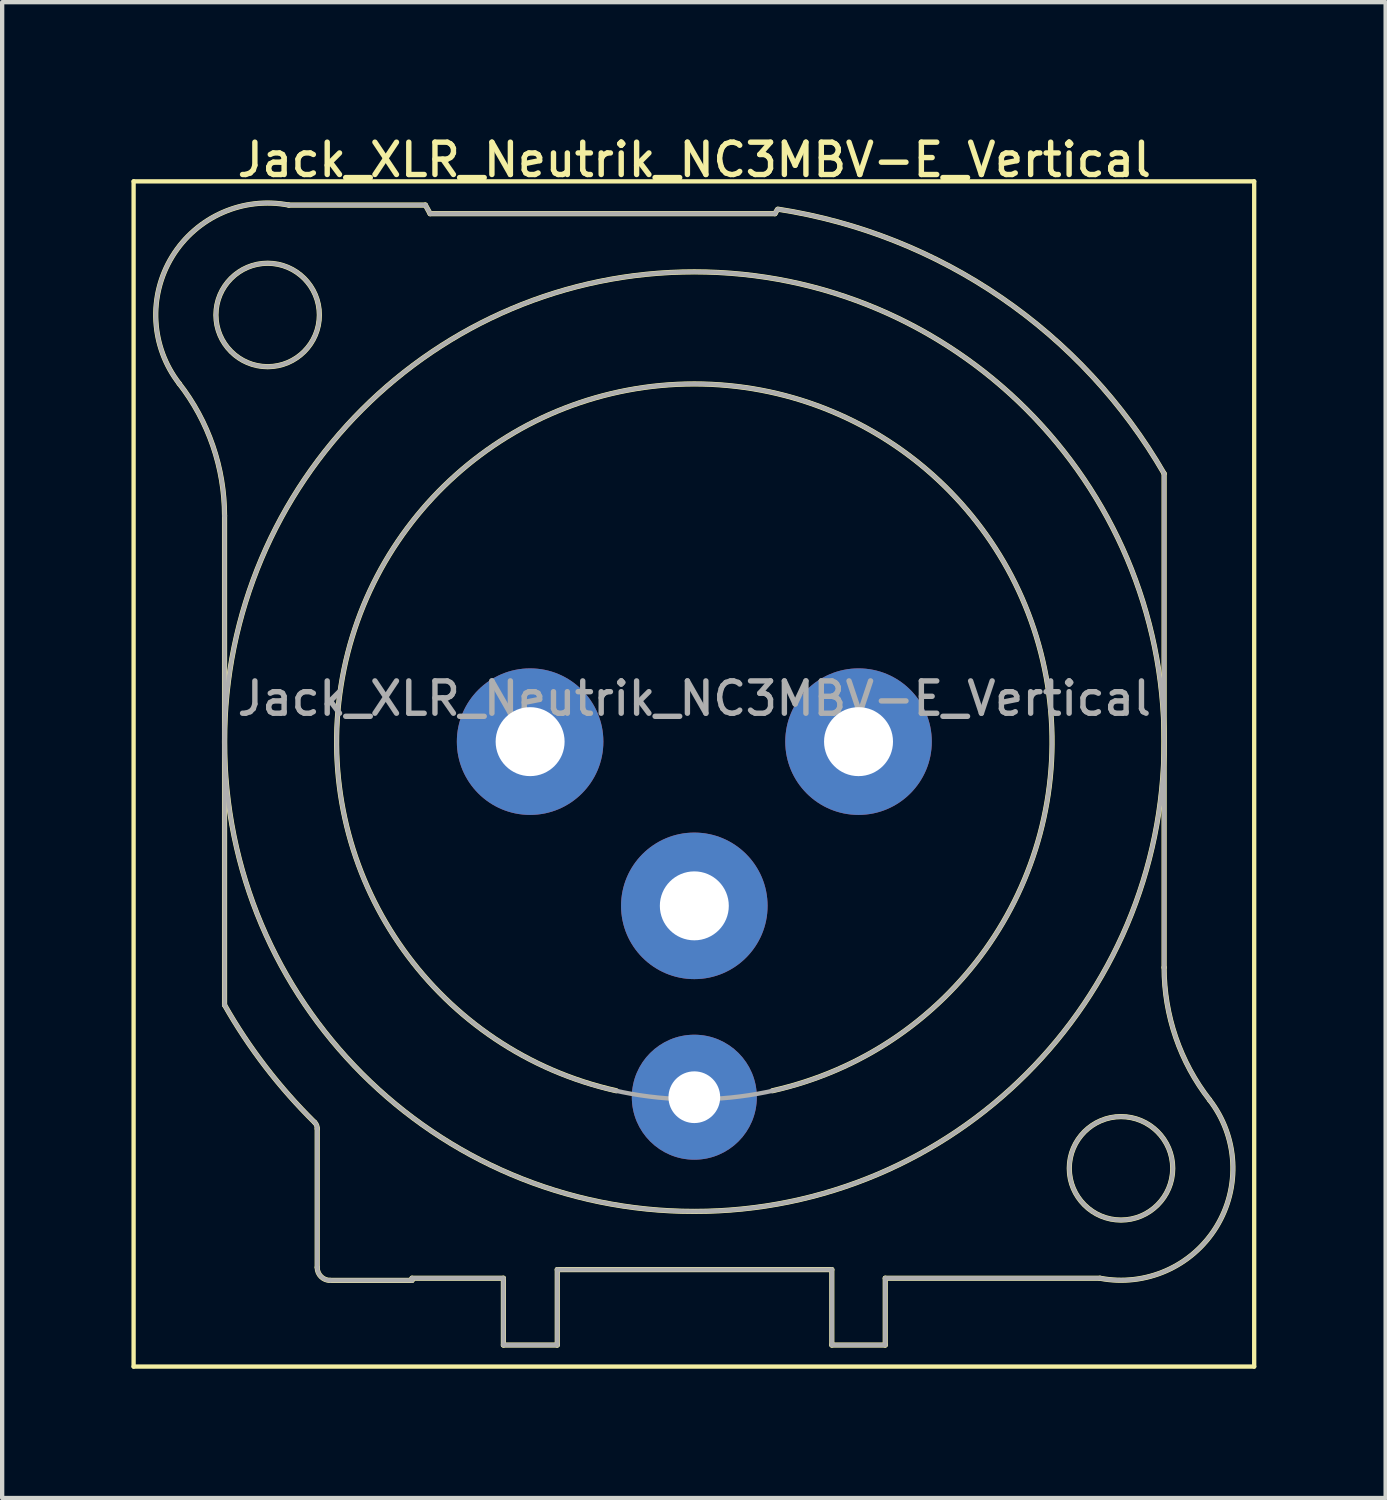
<source format=kicad_pcb>
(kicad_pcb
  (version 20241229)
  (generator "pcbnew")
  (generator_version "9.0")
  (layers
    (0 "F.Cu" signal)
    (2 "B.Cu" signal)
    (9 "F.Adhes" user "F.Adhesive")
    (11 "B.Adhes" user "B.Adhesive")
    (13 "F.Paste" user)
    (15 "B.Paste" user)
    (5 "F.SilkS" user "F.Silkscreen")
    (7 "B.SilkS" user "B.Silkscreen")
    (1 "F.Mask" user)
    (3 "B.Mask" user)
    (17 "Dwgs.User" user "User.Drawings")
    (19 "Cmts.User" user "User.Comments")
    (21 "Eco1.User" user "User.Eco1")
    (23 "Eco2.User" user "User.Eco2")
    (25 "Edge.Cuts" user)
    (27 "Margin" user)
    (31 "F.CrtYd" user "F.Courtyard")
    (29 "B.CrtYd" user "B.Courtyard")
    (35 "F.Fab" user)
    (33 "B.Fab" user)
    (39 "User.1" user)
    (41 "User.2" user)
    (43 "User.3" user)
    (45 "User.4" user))
  (footprint "Jack_XLR_Neutrik_NC3MBV-E_Vertical"
    (layer "F.Cu")
    (at 9.25 14.158)
    (property "Reference" "Jack_XLR_Neutrik_NC3MBV-E_Vertical" (at 3.81 -13.5 0) (layer "F.SilkS") (effects (font (size 0.75 0.75) (thickness 0.125))))
    (attr through_hole)
    (fp_line (start -9.2 -13) (end 16.8 -13) (stroke (width 0.1) (type solid)) (layer "F.SilkS"))
    (fp_line (start -9.2 14.5) (end -9.2 -13) (stroke (width 0.1) (type solid)) (layer "F.SilkS"))
    (fp_line (start -7.09 -5.24) (end -7.09 6.11) (stroke (width 0.12) (type solid)) (layer "F.SilkS"))
    (fp_line (start -4.94 12.2) (end -4.94 8.98) (stroke (width 0.12) (type solid)) (layer "F.SilkS"))
    (fp_line (start -4.64 12.5) (end -2.74 12.5) (stroke (width 0.12) (type solid)) (layer "F.SilkS"))
    (fp_line (start -2.74 12.45) (end -0.62 12.45) (stroke (width 0.12) (type solid)) (layer "F.SilkS"))
    (fp_line (start -2.74 12.5) (end -2.74 12.45) (stroke (width 0.12) (type solid)) (layer "F.SilkS"))
    (fp_line (start -2.43 -12.45) (end -5.6 -12.45) (stroke (width 0.12) (type solid)) (layer "F.SilkS"))
    (fp_line (start -2.32 -12.25) (end -2.43 -12.45) (stroke (width 0.12) (type solid)) (layer "F.SilkS"))
    (fp_line (start -0.62 12.45) (end -0.62 14) (stroke (width 0.12) (type solid)) (layer "F.SilkS"))
    (fp_line (start 0.63 12.25) (end 0.63 14) (stroke (width 0.12) (type solid)) (layer "F.SilkS"))
    (fp_line (start 0.63 12.25) (end 7 12.25) (stroke (width 0.12) (type solid)) (layer "F.SilkS"))
    (fp_line (start 0.63 14) (end -0.62 14) (stroke (width 0.12) (type solid)) (layer "F.SilkS"))
    (fp_line (start 5.68 -12.25) (end -2.32 -12.25) (stroke (width 0.12) (type solid)) (layer "F.SilkS"))
    (fp_line (start 5.74 -12.35) (end 5.68 -12.25) (stroke (width 0.12) (type solid)) (layer "F.SilkS"))
    (fp_line (start 7 12.25) (end 7 14) (stroke (width 0.12) (type solid)) (layer "F.SilkS"))
    (fp_line (start 8.24 12.45) (end 8.24 14) (stroke (width 0.12) (type solid)) (layer "F.SilkS"))
    (fp_line (start 8.24 12.45) (end 13.22 12.45) (stroke (width 0.12) (type solid)) (layer "F.SilkS"))
    (fp_line (start 8.24 14) (end 7 14) (stroke (width 0.12) (type solid)) (layer "F.SilkS"))
    (fp_line (start 14.71 5.24) (end 14.71 -6.22) (stroke (width 0.12) (type solid)) (layer "F.SilkS"))
    (fp_line (start 16.8 -13) (end 16.8 14.5) (stroke (width 0.1) (type solid)) (layer "F.SilkS"))
    (fp_line (start 16.8 14.5) (end -9.2 14.5) (stroke (width 0.1) (type solid)) (layer "F.SilkS"))
    (fp_arc (start -8.14458 -8.311426) (mid -7.360989 -6.863715) (end -7.09 -5.24) (stroke (width 0.12) (type solid)) (layer "F.SilkS"))
    (fp_arc (start -8.141124 -8.307677) (mid -8.303366 -11.257798) (end -5.6 -12.45) (stroke (width 0.12) (type solid)) (layer "F.SilkS"))
    (fp_arc (start -4.999944 8.832139) (mid -4.954594 8.899835) (end -4.94 8.98) (stroke (width 0.12) (type solid)) (layer "F.SilkS"))
    (fp_arc (start -4.999718 8.833849) (mid -6.1389 7.544091) (end -7.09 6.11) (stroke (width 0.12) (type solid)) (layer "F.SilkS"))
    (fp_arc (start -4.64 12.5) (mid -4.852132 12.412132) (end -4.94 12.2) (stroke (width 0.12) (type solid)) (layer "F.SilkS"))
    (fp_arc (start 2 8.1) (mid 3.809449 -8.299765) (end 5.621075 8.09976) (stroke (width 0.12) (type solid)) (layer "F.SilkS"))
    (fp_arc (start 5.753207 -12.354269) (mid 10.928439 -10.304601) (end 14.71 -6.22) (stroke (width 0.12) (type solid)) (layer "F.SilkS"))
    (fp_arc (start 15.761124 8.307677) (mid 15.923366 11.257798) (end 13.22 12.45) (stroke (width 0.12) (type solid)) (layer "F.SilkS"))
    (fp_arc (start 15.76458 8.311426) (mid 14.980989 6.863715) (end 14.71 5.24) (stroke (width 0.12) (type solid)) (layer "F.SilkS"))
    (fp_circle (center -6.09 -9.9) (end -4.89 -9.9) (stroke (width 0.12) (type solid)) (fill no) (layer "F.SilkS"))
    (fp_circle (center 3.81 0) (end 14.71 0) (stroke (width 0.12) (type solid)) (fill no) (layer "F.SilkS"))
    (fp_circle (center 13.71 9.9) (end 14.91 9.9) (stroke (width 0.12) (type solid)) (fill no) (layer "F.SilkS"))
    (fp_line (start -7.09 -5.24) (end -7.09 6.11) (stroke (width 0.1) (type solid)) (layer "F.Fab"))
    (fp_line (start -4.94 12.2) (end -4.94 8.98) (stroke (width 0.1) (type solid)) (layer "F.Fab"))
    (fp_line (start -4.64 12.5) (end -2.74 12.5) (stroke (width 0.1) (type solid)) (layer "F.Fab"))
    (fp_line (start -2.74 12.45) (end -0.62 12.45) (stroke (width 0.1) (type solid)) (layer "F.Fab"))
    (fp_line (start -2.74 12.5) (end -2.74 12.45) (stroke (width 0.1) (type solid)) (layer "F.Fab"))
    (fp_line (start -2.43 -12.45) (end -5.6 -12.45) (stroke (width 0.1) (type solid)) (layer "F.Fab"))
    (fp_line (start -2.32 -12.25) (end -2.43 -12.45) (stroke (width 0.1) (type solid)) (layer "F.Fab"))
    (fp_line (start -0.62 12.45) (end -0.62 14) (stroke (width 0.1) (type solid)) (layer "F.Fab"))
    (fp_line (start 0.63 12.25) (end 0.63 14) (stroke (width 0.1) (type solid)) (layer "F.Fab"))
    (fp_line (start 0.63 12.25) (end 7 12.25) (stroke (width 0.1) (type solid)) (layer "F.Fab"))
    (fp_line (start 0.63 14) (end -0.62 14) (stroke (width 0.1) (type solid)) (layer "F.Fab"))
    (fp_line (start 5.68 -12.25) (end -2.32 -12.25) (stroke (width 0.1) (type solid)) (layer "F.Fab"))
    (fp_line (start 5.74 -12.35) (end 5.68 -12.25) (stroke (width 0.1) (type solid)) (layer "F.Fab"))
    (fp_line (start 7 12.25) (end 7 14) (stroke (width 0.1) (type solid)) (layer "F.Fab"))
    (fp_line (start 8.24 12.45) (end 8.24 14) (stroke (width 0.1) (type solid)) (layer "F.Fab"))
    (fp_line (start 8.24 12.45) (end 13.22 12.45) (stroke (width 0.1) (type solid)) (layer "F.Fab"))
    (fp_line (start 8.24 14) (end 7 14) (stroke (width 0.1) (type solid)) (layer "F.Fab"))
    (fp_line (start 14.71 5.24) (end 14.71 -6.22) (stroke (width 0.1) (type solid)) (layer "F.Fab"))
    (fp_arc (start -8.14458 -8.311426) (mid -7.360989 -6.863715) (end -7.09 -5.24) (stroke (width 0.1) (type solid)) (layer "F.Fab"))
    (fp_arc (start -8.141124 -8.307677) (mid -8.303366 -11.257798) (end -5.6 -12.45) (stroke (width 0.1) (type solid)) (layer "F.Fab"))
    (fp_arc (start -4.999944 8.832139) (mid -4.954594 8.899835) (end -4.94 8.98) (stroke (width 0.1) (type solid)) (layer "F.Fab"))
    (fp_arc (start -4.999718 8.833849) (mid -6.1389 7.544091) (end -7.09 6.11) (stroke (width 0.1) (type solid)) (layer "F.Fab"))
    (fp_arc (start -4.64 12.5) (mid -4.852132 12.412132) (end -4.94 12.2) (stroke (width 0.1) (type solid)) (layer "F.Fab"))
    (fp_arc (start 5.753207 -12.354269) (mid 10.928439 -10.304601) (end 14.71 -6.22) (stroke (width 0.1) (type solid)) (layer "F.Fab"))
    (fp_arc (start 15.761124 8.307677) (mid 15.923366 11.257798) (end 13.22 12.45) (stroke (width 0.1) (type solid)) (layer "F.Fab"))
    (fp_arc (start 15.76458 8.311426) (mid 14.980989 6.863715) (end 14.71 5.24) (stroke (width 0.1) (type solid)) (layer "F.Fab"))
    (fp_circle (center -6.09 -9.9) (end -4.89 -9.9) (stroke (width 0.1) (type solid)) (fill no) (layer "F.Fab"))
    (fp_circle (center 3.81 0) (end 12.11 0) (stroke (width 0.1) (type solid)) (fill no) (layer "F.Fab"))
    (fp_circle (center 3.81 0) (end 14.71 0) (stroke (width 0.1) (type solid)) (fill no) (layer "F.Fab"))
    (fp_circle (center 13.71 9.9) (end 14.91 9.9) (stroke (width 0.1) (type solid)) (fill no) (layer "F.Fab"))
    (fp_text user "${REFERENCE}" (at 3.81 -1 0) (layer "F.Fab") (effects (font (size 0.75 0.75) (thickness 0.125))))
    (pad "1" thru_hole circle (at 0 0) (size 3.4 3.4) (drill 1.6) (layers "*.Cu" "*.Mask"))
    (pad "2" thru_hole circle (at 7.62 0) (size 3.4 3.4) (drill 1.6) (layers "*.Cu" "*.Mask"))
    (pad "3" thru_hole circle (at 3.81 3.81) (size 3.4 3.4) (drill 1.6) (layers "*.Cu" "*.Mask"))
    (pad "G" thru_hole circle (at 3.81 8.25) (size 2.9 2.9) (drill 1.2) (layers "*.Cu" "*.Mask")))
  (gr_rect
    (start -3 -3)
    (end 29.1 31.708)
    (stroke (width 0.1) (type default))
    (fill no)
    (layer "Edge.Cuts")))
</source>
